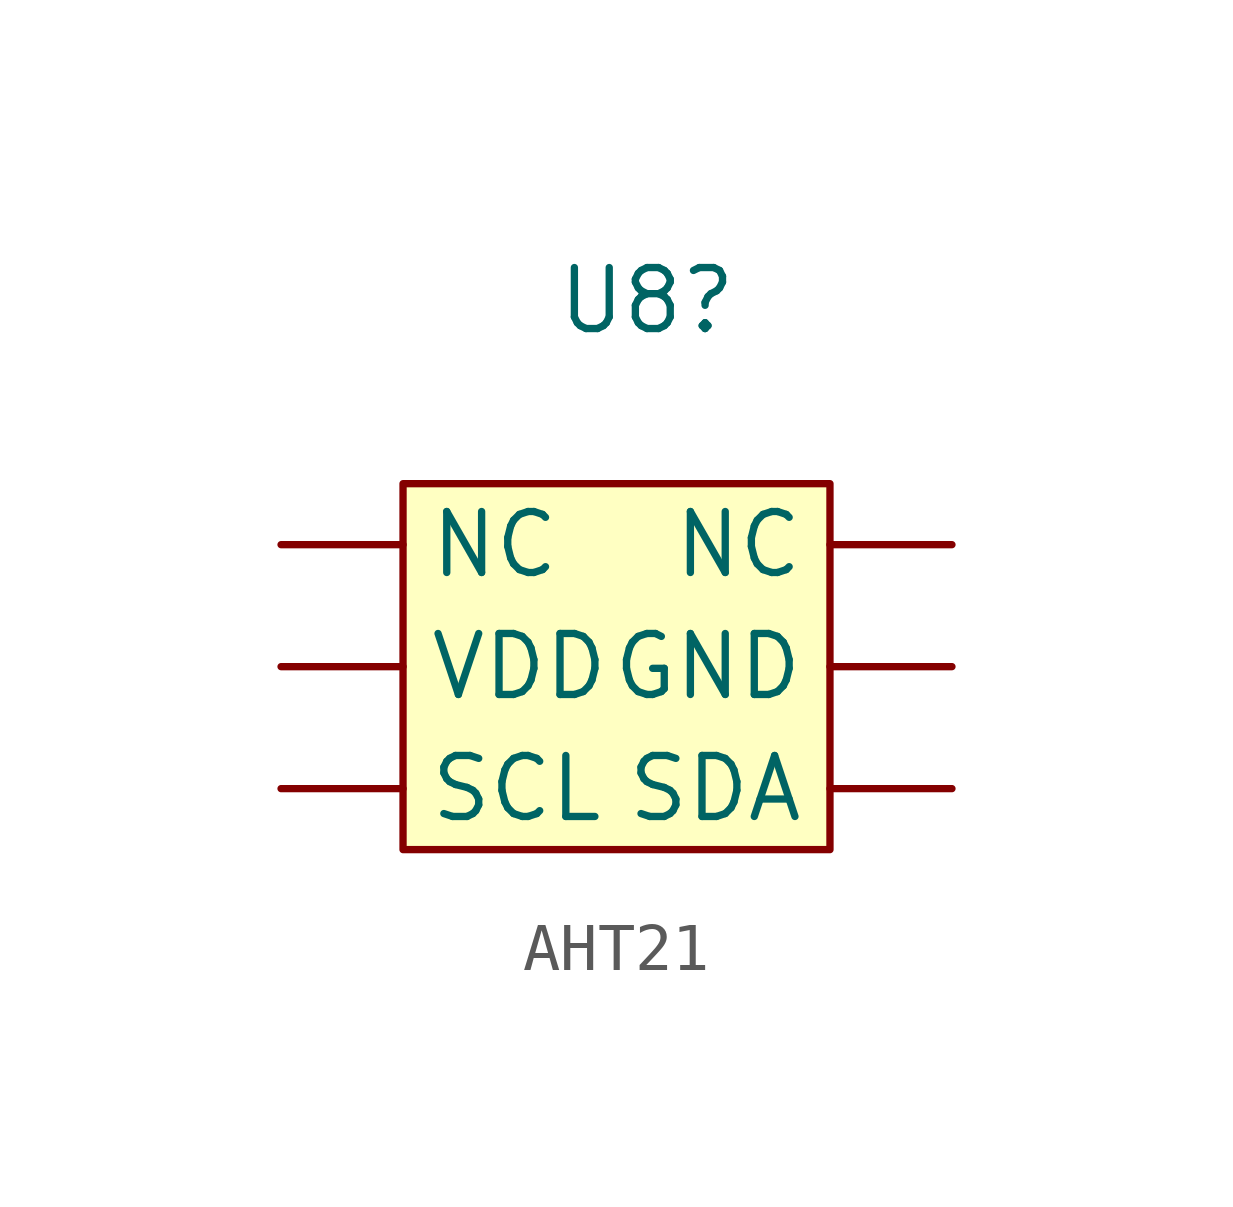
<source format=kicad_sym>
(kicad_symbol_lib
  (version 20220914)
  (generator kicad_symbol_editor)
  (symbol "AHT21"
    (property "Reference" "U8"
      (at 0 7.62 0)
      (effects (font (size 1.27 1.27))))
    (property "Value" ""
      (at 0 0 0)
      (effects (font (size 1.27 1.27))))
    (symbol "AHT21_1_1"
      (rectangle (start -5.08 3.81) (end 3.81 -3.81) (stroke (width 0) (type default)) (fill (type background)))
      (pin input line (at 6.35 0 180) (length 2.54) (name "GND" (effects (font (size 1.27 1.27)))) (number "" (effects (font (size 1.27 1.27)))))
      (pin input line (at -7.62 2.54 0) (length 2.54) (name "NC" (effects (font (size 1.27 1.27)))) (number "" (effects (font (size 1.27 1.27)))))
      (pin input line (at 6.35 2.54 180) (length 2.54) (name "NC" (effects (font (size 1.27 1.27)))) (number "" (effects (font (size 1.27 1.27)))))
      (pin input line (at -7.62 -2.54 0) (length 2.54) (name "SCL" (effects (font (size 1.27 1.27)))) (number "" (effects (font (size 1.27 1.27)))))
      (pin input line (at 6.35 -2.54 180) (length 2.54) (name "SDA" (effects (font (size 1.27 1.27)))) (number "" (effects (font (size 1.27 1.27)))))
      (pin input line (at -7.62 0 0) (length 2.54) (name "VDD" (effects (font (size 1.27 1.27)))) (number "" (effects (font (size 1.27 1.27))))))))
</source>
